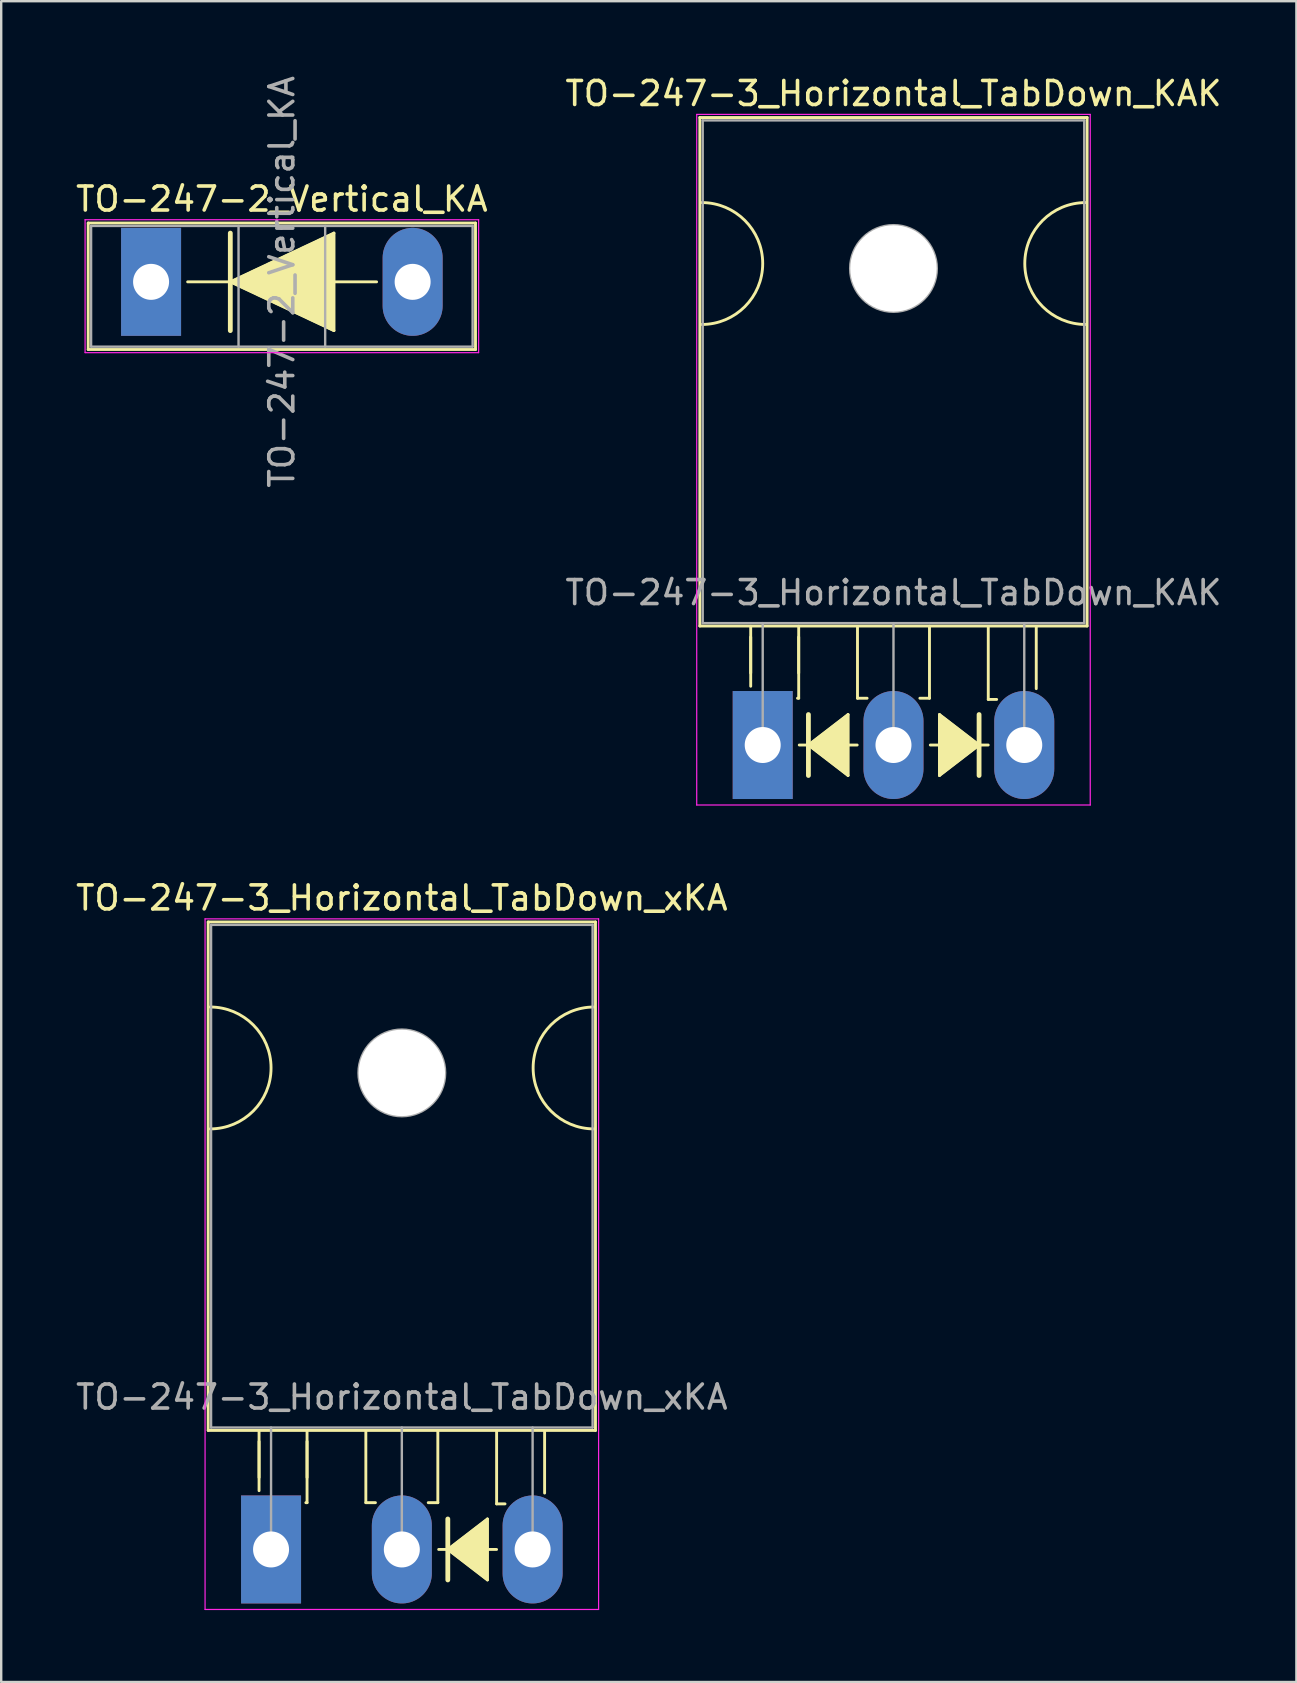
<source format=kicad_pcb>
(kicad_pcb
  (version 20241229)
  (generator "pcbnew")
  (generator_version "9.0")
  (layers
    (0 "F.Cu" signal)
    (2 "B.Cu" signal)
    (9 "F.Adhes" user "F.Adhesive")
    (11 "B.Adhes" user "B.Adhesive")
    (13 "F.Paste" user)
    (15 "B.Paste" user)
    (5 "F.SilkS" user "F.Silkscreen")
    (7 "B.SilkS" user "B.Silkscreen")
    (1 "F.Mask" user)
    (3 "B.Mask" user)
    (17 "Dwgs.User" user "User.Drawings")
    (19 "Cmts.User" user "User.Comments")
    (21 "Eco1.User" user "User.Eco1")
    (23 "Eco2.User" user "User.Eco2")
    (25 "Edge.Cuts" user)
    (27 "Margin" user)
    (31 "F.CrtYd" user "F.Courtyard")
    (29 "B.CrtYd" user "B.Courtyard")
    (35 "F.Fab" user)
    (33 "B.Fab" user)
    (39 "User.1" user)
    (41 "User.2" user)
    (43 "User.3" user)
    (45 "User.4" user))
  (footprint "TO-247-3_Horizontal_TabDown_xKA"
    (layer "F.Cu")
    (at 8.246 61.522)
    (property "Reference" "TO-247-3_Horizontal_TabDown_xKA" (at 5.45 -27.15 0) (layer "F.SilkS") (effects (font (size 1 1) (thickness 0.15))))
    (fp_line (start -2.62 -26.15) (end -2.62 -4.96) (stroke (width 0.12) (type solid)) (layer "F.SilkS"))
    (fp_line (start -2.62 -26.15) (end 13.52 -26.15) (stroke (width 0.12) (type solid)) (layer "F.SilkS"))
    (fp_line (start -2.62 -4.96) (end 13.52 -4.96) (stroke (width 0.12) (type solid)) (layer "F.SilkS"))
    (fp_line (start -0.5 -4.95) (end -0.5 -2.45) (stroke (width 0.12) (type solid)) (layer "F.SilkS"))
    (fp_line (start -0.5 -4.5) (end -0.5 -3) (stroke (width 0.12) (type solid)) (layer "F.SilkS"))
    (fp_line (start 1.5 -4.95) (end 1.5 -1.95) (stroke (width 0.12) (type solid)) (layer "F.SilkS"))
    (fp_line (start 1.5 -4.5) (end 1.5 -3) (stroke (width 0.12) (type solid)) (layer "F.SilkS"))
    (fp_line (start 1.5 -1.95) (end 1.45 -1.95) (stroke (width 0.12) (type solid)) (layer "F.SilkS"))
    (fp_line (start 3.95 -4.9) (end 3.95 -1.95) (stroke (width 0.12) (type solid)) (layer "F.SilkS"))
    (fp_line (start 3.95 -1.95) (end 4.35 -1.95) (stroke (width 0.12) (type solid)) (layer "F.SilkS"))
    (fp_line (start 6.95 -4.95) (end 6.95 -1.95) (stroke (width 0.12) (type solid)) (layer "F.SilkS"))
    (fp_line (start 6.95 -1.95) (end 6.55 -1.95) (stroke (width 0.12) (type solid)) (layer "F.SilkS"))
    (fp_line (start 6.985 0) (end 7.366 0) (stroke (width 0.12) (type solid)) (layer "F.SilkS"))
    (fp_line (start 7.366 -1.27) (end 7.366 0) (stroke (width 0.2) (type solid)) (layer "F.SilkS"))
    (fp_line (start 7.366 0) (end 7.366 1.27) (stroke (width 0.2) (type solid)) (layer "F.SilkS"))
    (fp_line (start 7.366 0) (end 9.017 1.27) (stroke (width 0.12) (type solid)) (layer "F.SilkS"))
    (fp_line (start 9.017 -1.27) (end 7.366 0) (stroke (width 0.12) (type solid)) (layer "F.SilkS"))
    (fp_line (start 9.017 1.27) (end 9.017 -1.27) (stroke (width 0.12) (type solid)) (layer "F.SilkS"))
    (fp_line (start 9.398 0) (end 9.017 0) (stroke (width 0.12) (type solid)) (layer "F.SilkS"))
    (fp_line (start 9.4 -4.9) (end 9.4 -1.9) (stroke (width 0.12) (type solid)) (layer "F.SilkS"))
    (fp_line (start 9.4 -1.9) (end 9.75 -1.9) (stroke (width 0.12) (type solid)) (layer "F.SilkS"))
    (fp_line (start 11.4 -4.9) (end 11.4 -2.35) (stroke (width 0.12) (type solid)) (layer "F.SilkS"))
    (fp_line (start 13.52 -26.15) (end 13.52 -4.96) (stroke (width 0.12) (type solid)) (layer "F.SilkS"))
    (fp_arc (start -2.54 -22.606) (mid 0 -20.066) (end -2.54 -17.526) (stroke (width 0.12) (type solid)) (layer "F.SilkS"))
    (fp_arc (start 13.462 -17.526) (mid 10.922 -20.066) (end 13.462 -22.606) (stroke (width 0.12) (type solid)) (layer "F.SilkS"))
    (fp_poly (pts (xy 9.017 1.27) (xy 7.366 0) (xy 9.017 -1.27)) (stroke (width 0.1) (type solid)) (fill yes) (layer "F.SilkS"))
    (fp_line (start -2.75 -26.28) (end -2.75 2.5) (stroke (width 0.05) (type solid)) (layer "F.CrtYd"))
    (fp_line (start -2.75 2.5) (end 13.65 2.5) (stroke (width 0.05) (type solid)) (layer "F.CrtYd"))
    (fp_line (start 13.65 -26.28) (end -2.75 -26.28) (stroke (width 0.05) (type solid)) (layer "F.CrtYd"))
    (fp_line (start 13.65 2.5) (end 13.65 -26.28) (stroke (width 0.05) (type solid)) (layer "F.CrtYd"))
    (fp_line (start -2.5 -26.03) (end 13.4 -26.03) (stroke (width 0.1) (type solid)) (layer "F.Fab"))
    (fp_line (start -2.5 -5.08) (end -2.5 -26.03) (stroke (width 0.1) (type solid)) (layer "F.Fab"))
    (fp_line (start 0 -5.08) (end 0 0) (stroke (width 0.1) (type solid)) (layer "F.Fab"))
    (fp_line (start 5.45 -5.08) (end 5.45 0) (stroke (width 0.1) (type solid)) (layer "F.Fab"))
    (fp_line (start 10.9 -5.08) (end 10.9 0) (stroke (width 0.1) (type solid)) (layer "F.Fab"))
    (fp_line (start 13.4 -26.03) (end 13.4 -5.08) (stroke (width 0.1) (type solid)) (layer "F.Fab"))
    (fp_line (start 13.4 -5.08) (end -2.5 -5.08) (stroke (width 0.1) (type solid)) (layer "F.Fab"))
    (fp_circle (center 5.45 -19.86) (end 7.255 -19.86) (stroke (width 0.1) (type solid)) (fill no) (layer "F.Fab"))
    (fp_text user "${REFERENCE}" (at 5.45 -6.35 0) (layer "F.Fab") (effects (font (size 1 1) (thickness 0.15))))
    (pad "" np_thru_hole oval (at 5.45 -19.86) (size 3.6 3.6) (drill 3.6) (layers "*.Cu" "*.Mask"))
    (pad "1" thru_hole rect (at 0 0) (size 2.5 4.5) (drill 1.5) (layers "*.Cu" "*.Mask"))
    (pad "2" thru_hole oval (at 5.45 0) (size 2.5 4.5) (drill 1.5) (layers "*.Cu" "*.Mask"))
    (pad "3" thru_hole oval (at 10.9 0) (size 2.5 4.5) (drill 1.5) (layers "*.Cu" "*.Mask")))
  (footprint "TO-247-3_Horizontal_TabDown_KAK"
    (layer "F.Cu")
    (at 28.735 27.998)
    (property "Reference" "TO-247-3_Horizontal_TabDown_KAK" (at 5.45 -27.15 0) (layer "F.SilkS") (effects (font (size 1 1) (thickness 0.15))))
    (attr through_hole)
    (fp_line (start -2.62 -26.15) (end -2.62 -4.96) (stroke (width 0.12) (type solid)) (layer "F.SilkS"))
    (fp_line (start -2.62 -26.15) (end 13.52 -26.15) (stroke (width 0.12) (type solid)) (layer "F.SilkS"))
    (fp_line (start -2.62 -4.96) (end 13.52 -4.96) (stroke (width 0.12) (type solid)) (layer "F.SilkS"))
    (fp_line (start -0.5 -4.95) (end -0.5 -2.45) (stroke (width 0.12) (type solid)) (layer "F.SilkS"))
    (fp_line (start -0.5 -4.5) (end -0.5 -3) (stroke (width 0.12) (type solid)) (layer "F.SilkS"))
    (fp_line (start 1.5 -4.95) (end 1.5 -1.95) (stroke (width 0.12) (type solid)) (layer "F.SilkS"))
    (fp_line (start 1.5 -4.5) (end 1.5 -3) (stroke (width 0.12) (type solid)) (layer "F.SilkS"))
    (fp_line (start 1.5 -1.95) (end 1.45 -1.95) (stroke (width 0.12) (type solid)) (layer "F.SilkS"))
    (fp_line (start 1.524 0) (end 1.905 0) (stroke (width 0.12) (type solid)) (layer "F.SilkS"))
    (fp_line (start 1.905 -1.27) (end 1.905 0) (stroke (width 0.2) (type solid)) (layer "F.SilkS"))
    (fp_line (start 1.905 0) (end 1.905 1.27) (stroke (width 0.2) (type solid)) (layer "F.SilkS"))
    (fp_line (start 1.905 0) (end 3.556 1.27) (stroke (width 0.12) (type solid)) (layer "F.SilkS"))
    (fp_line (start 3.556 -1.27) (end 1.905 0) (stroke (width 0.12) (type solid)) (layer "F.SilkS"))
    (fp_line (start 3.556 1.27) (end 3.556 -1.27) (stroke (width 0.12) (type solid)) (layer "F.SilkS"))
    (fp_line (start 3.937 0) (end 3.556 0) (stroke (width 0.12) (type solid)) (layer "F.SilkS"))
    (fp_line (start 3.95 -4.9) (end 3.95 -1.95) (stroke (width 0.12) (type solid)) (layer "F.SilkS"))
    (fp_line (start 3.95 -1.95) (end 4.35 -1.95) (stroke (width 0.12) (type solid)) (layer "F.SilkS"))
    (fp_line (start 6.95 -4.95) (end 6.95 -1.95) (stroke (width 0.12) (type solid)) (layer "F.SilkS"))
    (fp_line (start 6.95 -1.95) (end 6.55 -1.95) (stroke (width 0.12) (type solid)) (layer "F.SilkS"))
    (fp_line (start 6.985 0) (end 7.366 0) (stroke (width 0.12) (type solid)) (layer "F.SilkS"))
    (fp_line (start 7.366 -1.27) (end 7.366 1.27) (stroke (width 0.12) (type solid)) (layer "F.SilkS"))
    (fp_line (start 7.366 1.27) (end 9.017 0) (stroke (width 0.12) (type solid)) (layer "F.SilkS"))
    (fp_line (start 9.017 0) (end 7.366 -1.27) (stroke (width 0.12) (type solid)) (layer "F.SilkS"))
    (fp_line (start 9.017 0) (end 9.017 -1.27) (stroke (width 0.2) (type solid)) (layer "F.SilkS"))
    (fp_line (start 9.017 1.27) (end 9.017 0) (stroke (width 0.2) (type solid)) (layer "F.SilkS"))
    (fp_line (start 9.398 0) (end 9.017 0) (stroke (width 0.12) (type solid)) (layer "F.SilkS"))
    (fp_line (start 9.4 -4.9) (end 9.4 -1.9) (stroke (width 0.12) (type solid)) (layer "F.SilkS"))
    (fp_line (start 9.4 -1.9) (end 9.75 -1.9) (stroke (width 0.12) (type solid)) (layer "F.SilkS"))
    (fp_line (start 11.4 -4.9) (end 11.4 -2.35) (stroke (width 0.12) (type solid)) (layer "F.SilkS"))
    (fp_line (start 13.52 -26.15) (end 13.52 -4.96) (stroke (width 0.12) (type solid)) (layer "F.SilkS"))
    (fp_arc (start -2.54 -22.606) (mid 0 -20.066) (end -2.54 -17.526) (stroke (width 0.12) (type solid)) (layer "F.SilkS"))
    (fp_arc (start 13.462 -17.526) (mid 10.922 -20.066) (end 13.462 -22.606) (stroke (width 0.12) (type solid)) (layer "F.SilkS"))
    (fp_poly (pts (xy 3.556 1.27) (xy 1.905 0) (xy 3.556 -1.27)) (stroke (width 0.1) (type solid)) (fill yes) (layer "F.SilkS"))
    (fp_poly (pts (xy 9.017 0) (xy 7.366 1.27) (xy 7.366 -1.27)) (stroke (width 0.1) (type solid)) (fill yes) (layer "F.SilkS"))
    (fp_line (start -2.75 -26.28) (end -2.75 2.5) (stroke (width 0.05) (type solid)) (layer "F.CrtYd"))
    (fp_line (start -2.75 2.5) (end 13.65 2.5) (stroke (width 0.05) (type solid)) (layer "F.CrtYd"))
    (fp_line (start 13.65 -26.28) (end -2.75 -26.28) (stroke (width 0.05) (type solid)) (layer "F.CrtYd"))
    (fp_line (start 13.65 2.5) (end 13.65 -26.28) (stroke (width 0.05) (type solid)) (layer "F.CrtYd"))
    (fp_line (start -2.5 -26.03) (end 13.4 -26.03) (stroke (width 0.1) (type solid)) (layer "F.Fab"))
    (fp_line (start -2.5 -5.08) (end -2.5 -26.03) (stroke (width 0.1) (type solid)) (layer "F.Fab"))
    (fp_line (start 0 -5.08) (end 0 0) (stroke (width 0.1) (type solid)) (layer "F.Fab"))
    (fp_line (start 5.45 -5.08) (end 5.45 0) (stroke (width 0.1) (type solid)) (layer "F.Fab"))
    (fp_line (start 10.9 -5.08) (end 10.9 0) (stroke (width 0.1) (type solid)) (layer "F.Fab"))
    (fp_line (start 13.4 -26.03) (end 13.4 -5.08) (stroke (width 0.1) (type solid)) (layer "F.Fab"))
    (fp_line (start 13.4 -5.08) (end -2.5 -5.08) (stroke (width 0.1) (type solid)) (layer "F.Fab"))
    (fp_circle (center 5.45 -19.86) (end 7.255 -19.86) (stroke (width 0.1) (type solid)) (fill no) (layer "F.Fab"))
    (fp_text user "${REFERENCE}" (at 5.45 -6.35 0) (layer "F.Fab") (effects (font (size 1 1) (thickness 0.15))))
    (pad "" np_thru_hole oval (at 5.45 -19.86) (size 3.6 3.6) (drill 3.6) (layers "*.Cu" "*.Mask"))
    (pad "1" thru_hole rect (at 0 0) (size 2.5 4.5) (drill 1.5) (layers "*.Cu" "*.Mask"))
    (pad "2" thru_hole oval (at 5.45 0) (size 2.5 4.5) (drill 1.5) (layers "*.Cu" "*.Mask"))
    (pad "3" thru_hole oval (at 10.9 0) (size 2.5 4.5) (drill 1.5) (layers "*.Cu" "*.Mask")))
  (footprint "TO-247-2_Vertical_KA"
    (layer "F.Cu")
    (at 3.246 8.696)
    (property "Reference" "TO-247-2_Vertical_KA" (at 5.45 -3.45 0) (layer "F.SilkS") (effects (font (size 1 1) (thickness 0.15))))
    (attr through_hole)
    (fp_line (start -2.62 -2.451) (end -2.62 2.82) (stroke (width 0.12) (type solid)) (layer "F.SilkS"))
    (fp_line (start -2.62 -2.451) (end 13.52 -2.451) (stroke (width 0.12) (type solid)) (layer "F.SilkS"))
    (fp_line (start -2.62 2.82) (end 13.52 2.82) (stroke (width 0.12) (type solid)) (layer "F.SilkS"))
    (fp_line (start 1.524 0) (end 3.302 0) (stroke (width 0.12) (type solid)) (layer "F.SilkS"))
    (fp_line (start 3.302 0) (end 3.302 -2.032) (stroke (width 0.2) (type solid)) (layer "F.SilkS"))
    (fp_line (start 3.302 0) (end 7.62 -2.032) (stroke (width 0.12) (type solid)) (layer "F.SilkS"))
    (fp_line (start 3.302 2.032) (end 3.302 0) (stroke (width 0.2) (type solid)) (layer "F.SilkS"))
    (fp_line (start 7.62 -2.032) (end 7.62 2.032) (stroke (width 0.12) (type solid)) (layer "F.SilkS"))
    (fp_line (start 7.62 0) (end 9.398 0) (stroke (width 0.12) (type solid)) (layer "F.SilkS"))
    (fp_line (start 7.62 2.032) (end 3.302 0) (stroke (width 0.12) (type solid)) (layer "F.SilkS"))
    (fp_line (start 13.52 -2.451) (end 13.52 2.82) (stroke (width 0.12) (type solid)) (layer "F.SilkS"))
    (fp_poly (pts (xy 7.62 2.032) (xy 3.302 0) (xy 7.62 -2.032)) (stroke (width 0.1) (type solid)) (fill yes) (layer "F.SilkS"))
    (fp_line (start -2.75 -2.59) (end -2.75 2.95) (stroke (width 0.05) (type solid)) (layer "F.CrtYd"))
    (fp_line (start -2.75 2.95) (end 13.65 2.95) (stroke (width 0.05) (type solid)) (layer "F.CrtYd"))
    (fp_line (start 13.65 -2.59) (end -2.75 -2.59) (stroke (width 0.05) (type solid)) (layer "F.CrtYd"))
    (fp_line (start 13.65 2.95) (end 13.65 -2.59) (stroke (width 0.05) (type solid)) (layer "F.CrtYd"))
    (fp_line (start -2.5 -2.33) (end -2.5 2.7) (stroke (width 0.1) (type solid)) (layer "F.Fab"))
    (fp_line (start -2.5 2.7) (end 13.4 2.7) (stroke (width 0.1) (type solid)) (layer "F.Fab"))
    (fp_line (start 3.645 -2.33) (end 3.645 2.7) (stroke (width 0.1) (type solid)) (layer "F.Fab"))
    (fp_line (start 7.255 -2.33) (end 7.255 2.7) (stroke (width 0.1) (type solid)) (layer "F.Fab"))
    (fp_line (start 13.4 -2.33) (end -2.5 -2.33) (stroke (width 0.1) (type solid)) (layer "F.Fab"))
    (fp_line (start 13.4 2.7) (end 13.4 -2.33) (stroke (width 0.1) (type solid)) (layer "F.Fab"))
    (fp_text user "${REFERENCE}" (at 5.45 0 90) (layer "F.Fab") (effects (font (size 1 1) (thickness 0.15))))
    (pad "1" thru_hole rect (at 0 0) (size 2.5 4.5) (drill 1.5) (layers "*.Cu" "*.Mask"))
    (pad "2" thru_hole oval (at 10.9 0) (size 2.5 4.5) (drill 1.5) (layers "*.Cu" "*.Mask")))
  (gr_rect
    (start -3 -3)
    (end 50.976 67.046)
    (stroke (width 0.1) (type default))
    (fill no)
    (layer "Edge.Cuts")))
</source>
